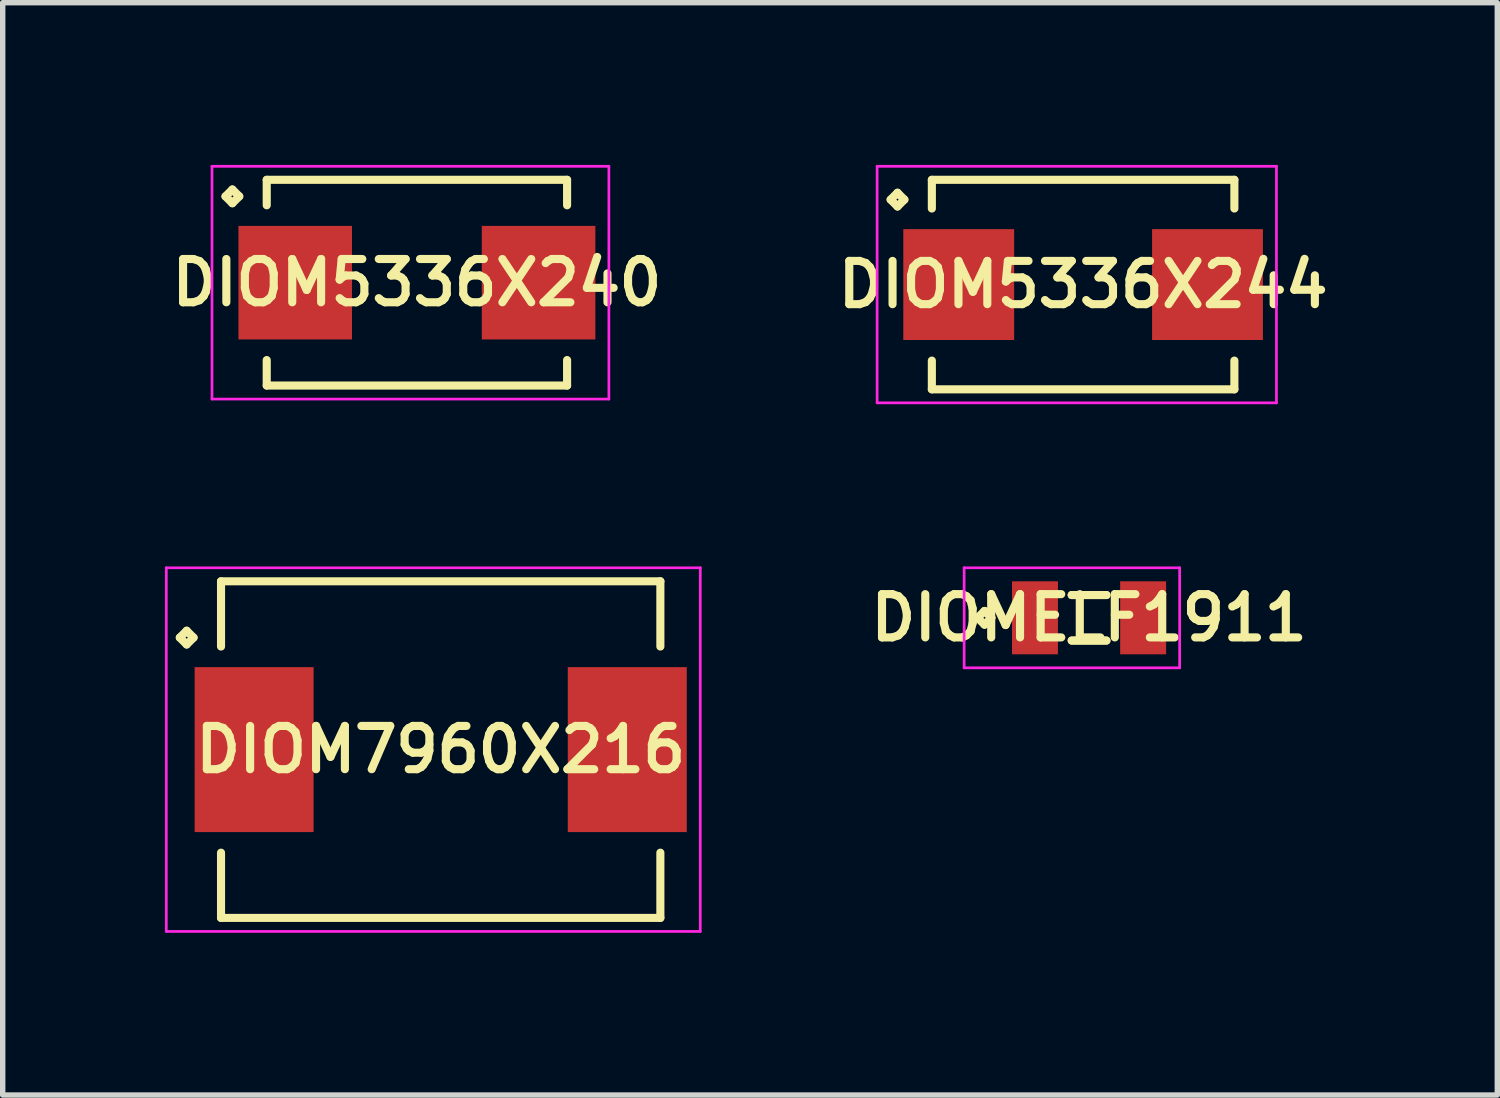
<source format=kicad_pcb>
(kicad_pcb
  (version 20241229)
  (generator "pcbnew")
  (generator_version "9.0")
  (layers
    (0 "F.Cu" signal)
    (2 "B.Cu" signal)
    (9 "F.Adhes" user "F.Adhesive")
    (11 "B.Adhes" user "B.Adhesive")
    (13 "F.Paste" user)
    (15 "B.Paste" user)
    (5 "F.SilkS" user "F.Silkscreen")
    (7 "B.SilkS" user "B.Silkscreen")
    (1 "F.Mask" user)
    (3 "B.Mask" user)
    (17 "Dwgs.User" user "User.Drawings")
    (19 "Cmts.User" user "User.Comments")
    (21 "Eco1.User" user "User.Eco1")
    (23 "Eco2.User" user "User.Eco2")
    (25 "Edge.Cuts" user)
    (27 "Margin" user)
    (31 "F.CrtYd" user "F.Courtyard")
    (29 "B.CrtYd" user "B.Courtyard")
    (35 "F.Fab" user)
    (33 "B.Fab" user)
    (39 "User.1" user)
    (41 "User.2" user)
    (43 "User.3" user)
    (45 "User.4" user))
  (footprint "DIOM5336X244"
    (layer "F.Cu")
    (at 16.978 2.212)
    (property "Reference" "DIOM5336X244" (at 0 0 0) (layer "F.SilkS") (effects (font (size 0.8 0.8) (thickness 0.15))))
    (attr smd)
    (fp_line (start -3.559 -1.571) (end -3.432 -1.698) (stroke (width 0.15) (type solid)) (layer "F.SilkS"))
    (fp_line (start -3.432 -1.698) (end -3.305 -1.571) (stroke (width 0.15) (type solid)) (layer "F.SilkS"))
    (fp_line (start -3.432 -1.444) (end -3.559 -1.571) (stroke (width 0.15) (type solid)) (layer "F.SilkS"))
    (fp_line (start -3.305 -1.571) (end -3.432 -1.444) (stroke (width 0.15) (type solid)) (layer "F.SilkS"))
    (fp_line (start -2.797 -1.937) (end 2.797 -1.937) (stroke (width 0.15) (type solid)) (layer "F.SilkS"))
    (fp_line (start -2.797 -1.406) (end -2.797 -1.937) (stroke (width 0.15) (type solid)) (layer "F.SilkS"))
    (fp_line (start -2.797 1.406) (end -2.797 1.937) (stroke (width 0.15) (type solid)) (layer "F.SilkS"))
    (fp_line (start -2.797 1.937) (end 2.797 1.937) (stroke (width 0.15) (type solid)) (layer "F.SilkS"))
    (fp_line (start 2.797 -1.937) (end 2.797 -1.406) (stroke (width 0.15) (type solid)) (layer "F.SilkS"))
    (fp_line (start 2.797 1.937) (end 2.797 1.406) (stroke (width 0.15) (type solid)) (layer "F.SilkS"))
    (fp_line (start -3.809 -2.187) (end 3.575 -2.187) (stroke (width 0.05) (type solid)) (layer "F.CrtYd"))
    (fp_line (start -3.809 2.187) (end -3.809 -2.187) (stroke (width 0.05) (type solid)) (layer "F.CrtYd"))
    (fp_line (start 3.575 -2.187) (end 3.575 2.187) (stroke (width 0.05) (type solid)) (layer "F.CrtYd"))
    (fp_line (start 3.575 2.187) (end -3.809 2.187) (stroke (width 0.05) (type solid)) (layer "F.CrtYd"))
    (pad "1" smd rect (at -2.3 0) (size 2.05 2.05) (layers "F.Cu" "F.Mask" "F.Paste"))
    (pad "2" smd rect (at 2.3 0) (size 2.05 2.05) (layers "F.Cu" "F.Mask" "F.Paste")))
  (footprint "DIOM5336X240"
    (layer "F.Cu")
    (at 4.659 2.177)
    (property "Reference" "DIOM5336X240" (at 0 0 0) (layer "F.SilkS") (effects (font (size 0.8 0.8) (thickness 0.15))))
    (attr smd)
    (fp_line (start -3.539 -1.596) (end -3.412 -1.723) (stroke (width 0.15) (type solid)) (layer "F.SilkS"))
    (fp_line (start -3.412 -1.723) (end -3.285 -1.596) (stroke (width 0.15) (type solid)) (layer "F.SilkS"))
    (fp_line (start -3.412 -1.469) (end -3.539 -1.596) (stroke (width 0.15) (type solid)) (layer "F.SilkS"))
    (fp_line (start -3.285 -1.596) (end -3.412 -1.469) (stroke (width 0.15) (type solid)) (layer "F.SilkS"))
    (fp_line (start -2.777 -1.902) (end 2.777 -1.902) (stroke (width 0.15) (type solid)) (layer "F.SilkS"))
    (fp_line (start -2.777 -1.431) (end -2.777 -1.902) (stroke (width 0.15) (type solid)) (layer "F.SilkS"))
    (fp_line (start -2.777 1.431) (end -2.777 1.902) (stroke (width 0.15) (type solid)) (layer "F.SilkS"))
    (fp_line (start -2.777 1.902) (end 2.777 1.902) (stroke (width 0.15) (type solid)) (layer "F.SilkS"))
    (fp_line (start 2.777 -1.902) (end 2.777 -1.431) (stroke (width 0.15) (type solid)) (layer "F.SilkS"))
    (fp_line (start 2.777 1.902) (end 2.777 1.431) (stroke (width 0.15) (type solid)) (layer "F.SilkS"))
    (fp_line (start -3.789 -2.152) (end 3.55 -2.152) (stroke (width 0.05) (type solid)) (layer "F.CrtYd"))
    (fp_line (start -3.789 2.152) (end -3.789 -2.152) (stroke (width 0.05) (type solid)) (layer "F.CrtYd"))
    (fp_line (start 3.55 -2.152) (end 3.55 2.152) (stroke (width 0.05) (type solid)) (layer "F.CrtYd"))
    (fp_line (start 3.55 2.152) (end -3.789 2.152) (stroke (width 0.05) (type solid)) (layer "F.CrtYd"))
    (pad "1" smd rect (at -2.25 0) (size 2.1 2.1) (layers "F.Cu" "F.Mask" "F.Paste"))
    (pad "2" smd rect (at 2.25 0) (size 2.1 2.1) (layers "F.Cu" "F.Mask" "F.Paste")))
  (footprint "DIOMELF1911"
    (layer "F.Cu")
    (at 17.088 8.374)
    (property "Reference" "DIOMELF1911" (at 0 0 0) (layer "F.SilkS") (effects (font (size 0.8 0.8) (thickness 0.15))))
    (attr smd)
    (fp_line (start -2.06 0) (end -1.933 -0.127) (stroke (width 0.15) (type solid)) (layer "F.SilkS"))
    (fp_line (start -1.933 -0.127) (end -1.806 0) (stroke (width 0.15) (type solid)) (layer "F.SilkS"))
    (fp_line (start -1.933 0.127) (end -2.06 0) (stroke (width 0.15) (type solid)) (layer "F.SilkS"))
    (fp_line (start -1.806 0) (end -1.933 0.127) (stroke (width 0.15) (type solid)) (layer "F.SilkS"))
    (fp_line (start -0.321 -0.421) (end 0.321 -0.421) (stroke (width 0.15) (type solid)) (layer "F.SilkS"))
    (fp_line (start -0.321 0.421) (end 0.321 0.421) (stroke (width 0.15) (type solid)) (layer "F.SilkS"))
    (fp_line (start 0.321 -0.421) (end -0.321 -0.421) (stroke (width 0.15) (type solid)) (layer "F.SilkS"))
    (fp_line (start 0.321 0.421) (end -0.321 0.421) (stroke (width 0.15) (type solid)) (layer "F.SilkS"))
    (fp_line (start -2.31 -0.925) (end 1.675 -0.925) (stroke (width 0.05) (type solid)) (layer "F.CrtYd"))
    (fp_line (start -2.31 0.925) (end -2.31 -0.925) (stroke (width 0.05) (type solid)) (layer "F.CrtYd"))
    (fp_line (start 1.675 -0.925) (end 1.675 0.925) (stroke (width 0.05) (type solid)) (layer "F.CrtYd"))
    (fp_line (start 1.675 0.925) (end -2.31 0.925) (stroke (width 0.05) (type solid)) (layer "F.CrtYd"))
    (pad "1" smd rect (at -1 0) (size 0.85 1.35) (layers "F.Cu" "F.Mask" "F.Paste"))
    (pad "2" smd rect (at 1 0) (size 0.85 1.35) (layers "F.Cu" "F.Mask" "F.Paste")))
  (footprint "DIOM7960X216"
    (layer "F.Cu")
    (at 5.099 10.811)
    (property "Reference" "DIOM7960X216" (at 0 0 0) (layer "F.SilkS") (effects (font (size 0.8 0.8) (thickness 0.15))))
    (attr smd)
    (fp_line (start -4.824 -2.071) (end -4.697 -2.198) (stroke (width 0.15) (type solid)) (layer "F.SilkS"))
    (fp_line (start -4.697 -2.198) (end -4.57 -2.071) (stroke (width 0.15) (type solid)) (layer "F.SilkS"))
    (fp_line (start -4.697 -1.944) (end -4.824 -2.071) (stroke (width 0.15) (type solid)) (layer "F.SilkS"))
    (fp_line (start -4.57 -2.071) (end -4.697 -1.944) (stroke (width 0.15) (type solid)) (layer "F.SilkS"))
    (fp_line (start -4.062 -3.112) (end 4.062 -3.112) (stroke (width 0.15) (type solid)) (layer "F.SilkS"))
    (fp_line (start -4.062 -1.906) (end -4.062 -3.112) (stroke (width 0.15) (type solid)) (layer "F.SilkS"))
    (fp_line (start -4.062 1.906) (end -4.062 3.112) (stroke (width 0.15) (type solid)) (layer "F.SilkS"))
    (fp_line (start -4.062 3.112) (end 4.062 3.112) (stroke (width 0.15) (type solid)) (layer "F.SilkS"))
    (fp_line (start 4.062 -3.112) (end 4.062 -1.906) (stroke (width 0.15) (type solid)) (layer "F.SilkS"))
    (fp_line (start 4.062 3.112) (end 4.062 1.906) (stroke (width 0.15) (type solid)) (layer "F.SilkS"))
    (fp_line (start -5.074 -3.362) (end 4.8 -3.362) (stroke (width 0.05) (type solid)) (layer "F.CrtYd"))
    (fp_line (start -5.074 3.362) (end -5.074 -3.362) (stroke (width 0.05) (type solid)) (layer "F.CrtYd"))
    (fp_line (start 4.8 -3.362) (end 4.8 3.362) (stroke (width 0.05) (type solid)) (layer "F.CrtYd"))
    (fp_line (start 4.8 3.362) (end -5.074 3.362) (stroke (width 0.05) (type solid)) (layer "F.CrtYd"))
    (pad "1" smd rect (at -3.45 0) (size 2.2 3.05) (layers "F.Cu" "F.Mask" "F.Paste"))
    (pad "2" smd rect (at 3.45 0) (size 2.2 3.05) (layers "F.Cu" "F.Mask" "F.Paste")))
  (gr_rect
    (start -3 -3)
    (end 24.637 17.198)
    (stroke (width 0.1) (type default))
    (fill no)
    (layer "Edge.Cuts")))
</source>
